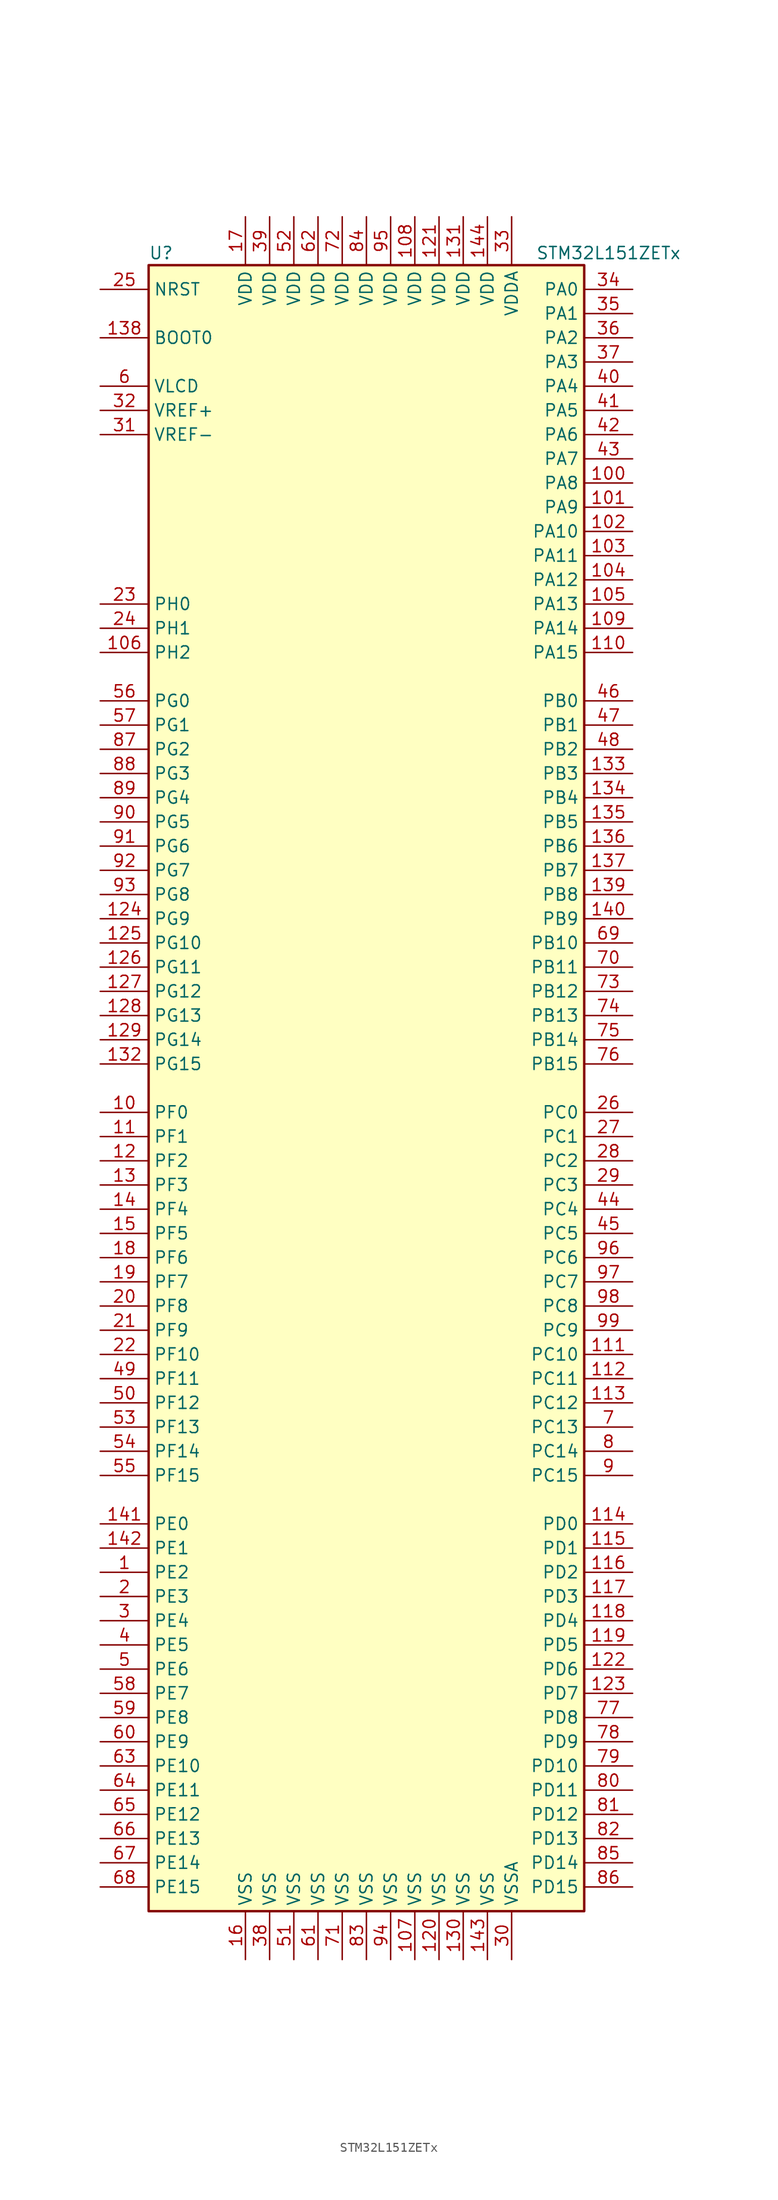
<source format=kicad_sym>
(kicad_symbol_lib
  (version 20201005)
  (generator kicad_symbol_editor)
  (symbol "STM32L151ZETx"
    (property "Reference" "U"
      (at -22.86 87.63 0)
      (effects (font (size 1.27 1.27)) (justify left)))
    (property "Value" "STM32L151ZETx"
      (at 17.78 87.63 0)
      (effects (font (size 1.27 1.27)) (justify left)))
    (symbol "STM32L151ZETx_0_1"
      (rectangle (start -22.86 -86.36) (end 22.86 86.36) (stroke (width 0.254)) (fill (type background))))
    (symbol "STM32L151ZETx_1_1"
      (pin input line (at -27.94 78.74 0) (length 5.08) (name "BOOT0" (effects (font (size 1.27 1.27)))) (number "138" (effects (font (size 1.27 1.27)))))
      (pin input line (at -27.94 83.82 0) (length 5.08) (name "NRST" (effects (font (size 1.27 1.27)))) (number "25" (effects (font (size 1.27 1.27)))))
      (pin bidirectional line (at 27.94 83.82 180) (length 5.08) (name "PA0" (effects (font (size 1.27 1.27)))) (number "34" (effects (font (size 1.27 1.27)))))
      (pin bidirectional line (at 27.94 81.28 180) (length 5.08) (name "PA1" (effects (font (size 1.27 1.27)))) (number "35" (effects (font (size 1.27 1.27)))))
      (pin bidirectional line (at 27.94 58.42 180) (length 5.08) (name "PA10" (effects (font (size 1.27 1.27)))) (number "102" (effects (font (size 1.27 1.27)))))
      (pin bidirectional line (at 27.94 55.88 180) (length 5.08) (name "PA11" (effects (font (size 1.27 1.27)))) (number "103" (effects (font (size 1.27 1.27)))))
      (pin bidirectional line (at 27.94 53.34 180) (length 5.08) (name "PA12" (effects (font (size 1.27 1.27)))) (number "104" (effects (font (size 1.27 1.27)))))
      (pin bidirectional line (at 27.94 50.8 180) (length 5.08) (name "PA13" (effects (font (size 1.27 1.27)))) (number "105" (effects (font (size 1.27 1.27)))))
      (pin bidirectional line (at 27.94 48.26 180) (length 5.08) (name "PA14" (effects (font (size 1.27 1.27)))) (number "109" (effects (font (size 1.27 1.27)))))
      (pin bidirectional line (at 27.94 45.72 180) (length 5.08) (name "PA15" (effects (font (size 1.27 1.27)))) (number "110" (effects (font (size 1.27 1.27)))))
      (pin bidirectional line (at 27.94 78.74 180) (length 5.08) (name "PA2" (effects (font (size 1.27 1.27)))) (number "36" (effects (font (size 1.27 1.27)))))
      (pin bidirectional line (at 27.94 76.2 180) (length 5.08) (name "PA3" (effects (font (size 1.27 1.27)))) (number "37" (effects (font (size 1.27 1.27)))))
      (pin bidirectional line (at 27.94 73.66 180) (length 5.08) (name "PA4" (effects (font (size 1.27 1.27)))) (number "40" (effects (font (size 1.27 1.27)))))
      (pin bidirectional line (at 27.94 71.12 180) (length 5.08) (name "PA5" (effects (font (size 1.27 1.27)))) (number "41" (effects (font (size 1.27 1.27)))))
      (pin bidirectional line (at 27.94 68.58 180) (length 5.08) (name "PA6" (effects (font (size 1.27 1.27)))) (number "42" (effects (font (size 1.27 1.27)))))
      (pin bidirectional line (at 27.94 66.04 180) (length 5.08) (name "PA7" (effects (font (size 1.27 1.27)))) (number "43" (effects (font (size 1.27 1.27)))))
      (pin bidirectional line (at 27.94 63.5 180) (length 5.08) (name "PA8" (effects (font (size 1.27 1.27)))) (number "100" (effects (font (size 1.27 1.27)))))
      (pin bidirectional line (at 27.94 60.96 180) (length 5.08) (name "PA9" (effects (font (size 1.27 1.27)))) (number "101" (effects (font (size 1.27 1.27)))))
      (pin bidirectional line (at 27.94 40.64 180) (length 5.08) (name "PB0" (effects (font (size 1.27 1.27)))) (number "46" (effects (font (size 1.27 1.27)))))
      (pin bidirectional line (at 27.94 38.1 180) (length 5.08) (name "PB1" (effects (font (size 1.27 1.27)))) (number "47" (effects (font (size 1.27 1.27)))))
      (pin bidirectional line (at 27.94 15.24 180) (length 5.08) (name "PB10" (effects (font (size 1.27 1.27)))) (number "69" (effects (font (size 1.27 1.27)))))
      (pin bidirectional line (at 27.94 12.7 180) (length 5.08) (name "PB11" (effects (font (size 1.27 1.27)))) (number "70" (effects (font (size 1.27 1.27)))))
      (pin bidirectional line (at 27.94 10.16 180) (length 5.08) (name "PB12" (effects (font (size 1.27 1.27)))) (number "73" (effects (font (size 1.27 1.27)))))
      (pin bidirectional line (at 27.94 7.62 180) (length 5.08) (name "PB13" (effects (font (size 1.27 1.27)))) (number "74" (effects (font (size 1.27 1.27)))))
      (pin bidirectional line (at 27.94 5.08 180) (length 5.08) (name "PB14" (effects (font (size 1.27 1.27)))) (number "75" (effects (font (size 1.27 1.27)))))
      (pin bidirectional line (at 27.94 2.54 180) (length 5.08) (name "PB15" (effects (font (size 1.27 1.27)))) (number "76" (effects (font (size 1.27 1.27)))))
      (pin bidirectional line (at 27.94 35.56 180) (length 5.08) (name "PB2" (effects (font (size 1.27 1.27)))) (number "48" (effects (font (size 1.27 1.27)))))
      (pin bidirectional line (at 27.94 33.02 180) (length 5.08) (name "PB3" (effects (font (size 1.27 1.27)))) (number "133" (effects (font (size 1.27 1.27)))))
      (pin bidirectional line (at 27.94 30.48 180) (length 5.08) (name "PB4" (effects (font (size 1.27 1.27)))) (number "134" (effects (font (size 1.27 1.27)))))
      (pin bidirectional line (at 27.94 27.94 180) (length 5.08) (name "PB5" (effects (font (size 1.27 1.27)))) (number "135" (effects (font (size 1.27 1.27)))))
      (pin bidirectional line (at 27.94 25.4 180) (length 5.08) (name "PB6" (effects (font (size 1.27 1.27)))) (number "136" (effects (font (size 1.27 1.27)))))
      (pin bidirectional line (at 27.94 22.86 180) (length 5.08) (name "PB7" (effects (font (size 1.27 1.27)))) (number "137" (effects (font (size 1.27 1.27)))))
      (pin bidirectional line (at 27.94 20.32 180) (length 5.08) (name "PB8" (effects (font (size 1.27 1.27)))) (number "139" (effects (font (size 1.27 1.27)))))
      (pin bidirectional line (at 27.94 17.78 180) (length 5.08) (name "PB9" (effects (font (size 1.27 1.27)))) (number "140" (effects (font (size 1.27 1.27)))))
      (pin bidirectional line (at 27.94 -2.54 180) (length 5.08) (name "PC0" (effects (font (size 1.27 1.27)))) (number "26" (effects (font (size 1.27 1.27)))))
      (pin bidirectional line (at 27.94 -5.08 180) (length 5.08) (name "PC1" (effects (font (size 1.27 1.27)))) (number "27" (effects (font (size 1.27 1.27)))))
      (pin bidirectional line (at 27.94 -27.94 180) (length 5.08) (name "PC10" (effects (font (size 1.27 1.27)))) (number "111" (effects (font (size 1.27 1.27)))))
      (pin bidirectional line (at 27.94 -30.48 180) (length 5.08) (name "PC11" (effects (font (size 1.27 1.27)))) (number "112" (effects (font (size 1.27 1.27)))))
      (pin bidirectional line (at 27.94 -33.02 180) (length 5.08) (name "PC12" (effects (font (size 1.27 1.27)))) (number "113" (effects (font (size 1.27 1.27)))))
      (pin bidirectional line (at 27.94 -35.56 180) (length 5.08) (name "PC13" (effects (font (size 1.27 1.27)))) (number "7" (effects (font (size 1.27 1.27)))))
      (pin bidirectional line (at 27.94 -38.1 180) (length 5.08) (name "PC14" (effects (font (size 1.27 1.27)))) (number "8" (effects (font (size 1.27 1.27)))))
      (pin bidirectional line (at 27.94 -40.64 180) (length 5.08) (name "PC15" (effects (font (size 1.27 1.27)))) (number "9" (effects (font (size 1.27 1.27)))))
      (pin bidirectional line (at 27.94 -7.62 180) (length 5.08) (name "PC2" (effects (font (size 1.27 1.27)))) (number "28" (effects (font (size 1.27 1.27)))))
      (pin bidirectional line (at 27.94 -10.16 180) (length 5.08) (name "PC3" (effects (font (size 1.27 1.27)))) (number "29" (effects (font (size 1.27 1.27)))))
      (pin bidirectional line (at 27.94 -12.7 180) (length 5.08) (name "PC4" (effects (font (size 1.27 1.27)))) (number "44" (effects (font (size 1.27 1.27)))))
      (pin bidirectional line (at 27.94 -15.24 180) (length 5.08) (name "PC5" (effects (font (size 1.27 1.27)))) (number "45" (effects (font (size 1.27 1.27)))))
      (pin bidirectional line (at 27.94 -17.78 180) (length 5.08) (name "PC6" (effects (font (size 1.27 1.27)))) (number "96" (effects (font (size 1.27 1.27)))))
      (pin bidirectional line (at 27.94 -20.32 180) (length 5.08) (name "PC7" (effects (font (size 1.27 1.27)))) (number "97" (effects (font (size 1.27 1.27)))))
      (pin bidirectional line (at 27.94 -22.86 180) (length 5.08) (name "PC8" (effects (font (size 1.27 1.27)))) (number "98" (effects (font (size 1.27 1.27)))))
      (pin bidirectional line (at 27.94 -25.4 180) (length 5.08) (name "PC9" (effects (font (size 1.27 1.27)))) (number "99" (effects (font (size 1.27 1.27)))))
      (pin bidirectional line (at 27.94 -45.72 180) (length 5.08) (name "PD0" (effects (font (size 1.27 1.27)))) (number "114" (effects (font (size 1.27 1.27)))))
      (pin bidirectional line (at 27.94 -48.26 180) (length 5.08) (name "PD1" (effects (font (size 1.27 1.27)))) (number "115" (effects (font (size 1.27 1.27)))))
      (pin bidirectional line (at 27.94 -71.12 180) (length 5.08) (name "PD10" (effects (font (size 1.27 1.27)))) (number "79" (effects (font (size 1.27 1.27)))))
      (pin bidirectional line (at 27.94 -73.66 180) (length 5.08) (name "PD11" (effects (font (size 1.27 1.27)))) (number "80" (effects (font (size 1.27 1.27)))))
      (pin bidirectional line (at 27.94 -76.2 180) (length 5.08) (name "PD12" (effects (font (size 1.27 1.27)))) (number "81" (effects (font (size 1.27 1.27)))))
      (pin bidirectional line (at 27.94 -78.74 180) (length 5.08) (name "PD13" (effects (font (size 1.27 1.27)))) (number "82" (effects (font (size 1.27 1.27)))))
      (pin bidirectional line (at 27.94 -81.28 180) (length 5.08) (name "PD14" (effects (font (size 1.27 1.27)))) (number "85" (effects (font (size 1.27 1.27)))))
      (pin bidirectional line (at 27.94 -83.82 180) (length 5.08) (name "PD15" (effects (font (size 1.27 1.27)))) (number "86" (effects (font (size 1.27 1.27)))))
      (pin bidirectional line (at 27.94 -50.8 180) (length 5.08) (name "PD2" (effects (font (size 1.27 1.27)))) (number "116" (effects (font (size 1.27 1.27)))))
      (pin bidirectional line (at 27.94 -53.34 180) (length 5.08) (name "PD3" (effects (font (size 1.27 1.27)))) (number "117" (effects (font (size 1.27 1.27)))))
      (pin bidirectional line (at 27.94 -55.88 180) (length 5.08) (name "PD4" (effects (font (size 1.27 1.27)))) (number "118" (effects (font (size 1.27 1.27)))))
      (pin bidirectional line (at 27.94 -58.42 180) (length 5.08) (name "PD5" (effects (font (size 1.27 1.27)))) (number "119" (effects (font (size 1.27 1.27)))))
      (pin bidirectional line (at 27.94 -60.96 180) (length 5.08) (name "PD6" (effects (font (size 1.27 1.27)))) (number "122" (effects (font (size 1.27 1.27)))))
      (pin bidirectional line (at 27.94 -63.5 180) (length 5.08) (name "PD7" (effects (font (size 1.27 1.27)))) (number "123" (effects (font (size 1.27 1.27)))))
      (pin bidirectional line (at 27.94 -66.04 180) (length 5.08) (name "PD8" (effects (font (size 1.27 1.27)))) (number "77" (effects (font (size 1.27 1.27)))))
      (pin bidirectional line (at 27.94 -68.58 180) (length 5.08) (name "PD9" (effects (font (size 1.27 1.27)))) (number "78" (effects (font (size 1.27 1.27)))))
      (pin bidirectional line (at -27.94 -45.72 0) (length 5.08) (name "PE0" (effects (font (size 1.27 1.27)))) (number "141" (effects (font (size 1.27 1.27)))))
      (pin bidirectional line (at -27.94 -48.26 0) (length 5.08) (name "PE1" (effects (font (size 1.27 1.27)))) (number "142" (effects (font (size 1.27 1.27)))))
      (pin bidirectional line (at -27.94 -71.12 0) (length 5.08) (name "PE10" (effects (font (size 1.27 1.27)))) (number "63" (effects (font (size 1.27 1.27)))))
      (pin bidirectional line (at -27.94 -73.66 0) (length 5.08) (name "PE11" (effects (font (size 1.27 1.27)))) (number "64" (effects (font (size 1.27 1.27)))))
      (pin bidirectional line (at -27.94 -76.2 0) (length 5.08) (name "PE12" (effects (font (size 1.27 1.27)))) (number "65" (effects (font (size 1.27 1.27)))))
      (pin bidirectional line (at -27.94 -78.74 0) (length 5.08) (name "PE13" (effects (font (size 1.27 1.27)))) (number "66" (effects (font (size 1.27 1.27)))))
      (pin bidirectional line (at -27.94 -81.28 0) (length 5.08) (name "PE14" (effects (font (size 1.27 1.27)))) (number "67" (effects (font (size 1.27 1.27)))))
      (pin bidirectional line (at -27.94 -83.82 0) (length 5.08) (name "PE15" (effects (font (size 1.27 1.27)))) (number "68" (effects (font (size 1.27 1.27)))))
      (pin bidirectional line (at -27.94 -50.8 0) (length 5.08) (name "PE2" (effects (font (size 1.27 1.27)))) (number "1" (effects (font (size 1.27 1.27)))))
      (pin bidirectional line (at -27.94 -53.34 0) (length 5.08) (name "PE3" (effects (font (size 1.27 1.27)))) (number "2" (effects (font (size 1.27 1.27)))))
      (pin bidirectional line (at -27.94 -55.88 0) (length 5.08) (name "PE4" (effects (font (size 1.27 1.27)))) (number "3" (effects (font (size 1.27 1.27)))))
      (pin bidirectional line (at -27.94 -58.42 0) (length 5.08) (name "PE5" (effects (font (size 1.27 1.27)))) (number "4" (effects (font (size 1.27 1.27)))))
      (pin bidirectional line (at -27.94 -60.96 0) (length 5.08) (name "PE6" (effects (font (size 1.27 1.27)))) (number "5" (effects (font (size 1.27 1.27)))))
      (pin bidirectional line (at -27.94 -63.5 0) (length 5.08) (name "PE7" (effects (font (size 1.27 1.27)))) (number "58" (effects (font (size 1.27 1.27)))))
      (pin bidirectional line (at -27.94 -66.04 0) (length 5.08) (name "PE8" (effects (font (size 1.27 1.27)))) (number "59" (effects (font (size 1.27 1.27)))))
      (pin bidirectional line (at -27.94 -68.58 0) (length 5.08) (name "PE9" (effects (font (size 1.27 1.27)))) (number "60" (effects (font (size 1.27 1.27)))))
      (pin bidirectional line (at -27.94 -2.54 0) (length 5.08) (name "PF0" (effects (font (size 1.27 1.27)))) (number "10" (effects (font (size 1.27 1.27)))))
      (pin bidirectional line (at -27.94 -5.08 0) (length 5.08) (name "PF1" (effects (font (size 1.27 1.27)))) (number "11" (effects (font (size 1.27 1.27)))))
      (pin bidirectional line (at -27.94 -27.94 0) (length 5.08) (name "PF10" (effects (font (size 1.27 1.27)))) (number "22" (effects (font (size 1.27 1.27)))))
      (pin bidirectional line (at -27.94 -30.48 0) (length 5.08) (name "PF11" (effects (font (size 1.27 1.27)))) (number "49" (effects (font (size 1.27 1.27)))))
      (pin bidirectional line (at -27.94 -33.02 0) (length 5.08) (name "PF12" (effects (font (size 1.27 1.27)))) (number "50" (effects (font (size 1.27 1.27)))))
      (pin bidirectional line (at -27.94 -35.56 0) (length 5.08) (name "PF13" (effects (font (size 1.27 1.27)))) (number "53" (effects (font (size 1.27 1.27)))))
      (pin bidirectional line (at -27.94 -38.1 0) (length 5.08) (name "PF14" (effects (font (size 1.27 1.27)))) (number "54" (effects (font (size 1.27 1.27)))))
      (pin bidirectional line (at -27.94 -40.64 0) (length 5.08) (name "PF15" (effects (font (size 1.27 1.27)))) (number "55" (effects (font (size 1.27 1.27)))))
      (pin bidirectional line (at -27.94 -7.62 0) (length 5.08) (name "PF2" (effects (font (size 1.27 1.27)))) (number "12" (effects (font (size 1.27 1.27)))))
      (pin bidirectional line (at -27.94 -10.16 0) (length 5.08) (name "PF3" (effects (font (size 1.27 1.27)))) (number "13" (effects (font (size 1.27 1.27)))))
      (pin bidirectional line (at -27.94 -12.7 0) (length 5.08) (name "PF4" (effects (font (size 1.27 1.27)))) (number "14" (effects (font (size 1.27 1.27)))))
      (pin bidirectional line (at -27.94 -15.24 0) (length 5.08) (name "PF5" (effects (font (size 1.27 1.27)))) (number "15" (effects (font (size 1.27 1.27)))))
      (pin bidirectional line (at -27.94 -17.78 0) (length 5.08) (name "PF6" (effects (font (size 1.27 1.27)))) (number "18" (effects (font (size 1.27 1.27)))))
      (pin bidirectional line (at -27.94 -20.32 0) (length 5.08) (name "PF7" (effects (font (size 1.27 1.27)))) (number "19" (effects (font (size 1.27 1.27)))))
      (pin bidirectional line (at -27.94 -22.86 0) (length 5.08) (name "PF8" (effects (font (size 1.27 1.27)))) (number "20" (effects (font (size 1.27 1.27)))))
      (pin bidirectional line (at -27.94 -25.4 0) (length 5.08) (name "PF9" (effects (font (size 1.27 1.27)))) (number "21" (effects (font (size 1.27 1.27)))))
      (pin bidirectional line (at -27.94 40.64 0) (length 5.08) (name "PG0" (effects (font (size 1.27 1.27)))) (number "56" (effects (font (size 1.27 1.27)))))
      (pin bidirectional line (at -27.94 38.1 0) (length 5.08) (name "PG1" (effects (font (size 1.27 1.27)))) (number "57" (effects (font (size 1.27 1.27)))))
      (pin bidirectional line (at -27.94 15.24 0) (length 5.08) (name "PG10" (effects (font (size 1.27 1.27)))) (number "125" (effects (font (size 1.27 1.27)))))
      (pin bidirectional line (at -27.94 12.7 0) (length 5.08) (name "PG11" (effects (font (size 1.27 1.27)))) (number "126" (effects (font (size 1.27 1.27)))))
      (pin bidirectional line (at -27.94 10.16 0) (length 5.08) (name "PG12" (effects (font (size 1.27 1.27)))) (number "127" (effects (font (size 1.27 1.27)))))
      (pin bidirectional line (at -27.94 7.62 0) (length 5.08) (name "PG13" (effects (font (size 1.27 1.27)))) (number "128" (effects (font (size 1.27 1.27)))))
      (pin bidirectional line (at -27.94 5.08 0) (length 5.08) (name "PG14" (effects (font (size 1.27 1.27)))) (number "129" (effects (font (size 1.27 1.27)))))
      (pin bidirectional line (at -27.94 2.54 0) (length 5.08) (name "PG15" (effects (font (size 1.27 1.27)))) (number "132" (effects (font (size 1.27 1.27)))))
      (pin bidirectional line (at -27.94 35.56 0) (length 5.08) (name "PG2" (effects (font (size 1.27 1.27)))) (number "87" (effects (font (size 1.27 1.27)))))
      (pin bidirectional line (at -27.94 33.02 0) (length 5.08) (name "PG3" (effects (font (size 1.27 1.27)))) (number "88" (effects (font (size 1.27 1.27)))))
      (pin bidirectional line (at -27.94 30.48 0) (length 5.08) (name "PG4" (effects (font (size 1.27 1.27)))) (number "89" (effects (font (size 1.27 1.27)))))
      (pin bidirectional line (at -27.94 27.94 0) (length 5.08) (name "PG5" (effects (font (size 1.27 1.27)))) (number "90" (effects (font (size 1.27 1.27)))))
      (pin bidirectional line (at -27.94 25.4 0) (length 5.08) (name "PG6" (effects (font (size 1.27 1.27)))) (number "91" (effects (font (size 1.27 1.27)))))
      (pin bidirectional line (at -27.94 22.86 0) (length 5.08) (name "PG7" (effects (font (size 1.27 1.27)))) (number "92" (effects (font (size 1.27 1.27)))))
      (pin bidirectional line (at -27.94 20.32 0) (length 5.08) (name "PG8" (effects (font (size 1.27 1.27)))) (number "93" (effects (font (size 1.27 1.27)))))
      (pin bidirectional line (at -27.94 17.78 0) (length 5.08) (name "PG9" (effects (font (size 1.27 1.27)))) (number "124" (effects (font (size 1.27 1.27)))))
      (pin input line (at -27.94 50.8 0) (length 5.08) (name "PH0" (effects (font (size 1.27 1.27)))) (number "23" (effects (font (size 1.27 1.27)))))
      (pin input line (at -27.94 48.26 0) (length 5.08) (name "PH1" (effects (font (size 1.27 1.27)))) (number "24" (effects (font (size 1.27 1.27)))))
      (pin bidirectional line (at -27.94 45.72 0) (length 5.08) (name "PH2" (effects (font (size 1.27 1.27)))) (number "106" (effects (font (size 1.27 1.27)))))
      (pin power_in line (at 5.08 91.44 270) (length 5.08) (name "VDD" (effects (font (size 1.27 1.27)))) (number "108" (effects (font (size 1.27 1.27)))))
      (pin power_in line (at 7.62 91.44 270) (length 5.08) (name "VDD" (effects (font (size 1.27 1.27)))) (number "121" (effects (font (size 1.27 1.27)))))
      (pin power_in line (at 10.16 91.44 270) (length 5.08) (name "VDD" (effects (font (size 1.27 1.27)))) (number "131" (effects (font (size 1.27 1.27)))))
      (pin power_in line (at 12.7 91.44 270) (length 5.08) (name "VDD" (effects (font (size 1.27 1.27)))) (number "144" (effects (font (size 1.27 1.27)))))
      (pin power_in line (at -12.7 91.44 270) (length 5.08) (name "VDD" (effects (font (size 1.27 1.27)))) (number "17" (effects (font (size 1.27 1.27)))))
      (pin power_in line (at -10.16 91.44 270) (length 5.08) (name "VDD" (effects (font (size 1.27 1.27)))) (number "39" (effects (font (size 1.27 1.27)))))
      (pin power_in line (at -7.62 91.44 270) (length 5.08) (name "VDD" (effects (font (size 1.27 1.27)))) (number "52" (effects (font (size 1.27 1.27)))))
      (pin power_in line (at -5.08 91.44 270) (length 5.08) (name "VDD" (effects (font (size 1.27 1.27)))) (number "62" (effects (font (size 1.27 1.27)))))
      (pin power_in line (at -2.54 91.44 270) (length 5.08) (name "VDD" (effects (font (size 1.27 1.27)))) (number "72" (effects (font (size 1.27 1.27)))))
      (pin power_in line (at 0 91.44 270) (length 5.08) (name "VDD" (effects (font (size 1.27 1.27)))) (number "84" (effects (font (size 1.27 1.27)))))
      (pin power_in line (at 2.54 91.44 270) (length 5.08) (name "VDD" (effects (font (size 1.27 1.27)))) (number "95" (effects (font (size 1.27 1.27)))))
      (pin power_in line (at 15.24 91.44 270) (length 5.08) (name "VDDA" (effects (font (size 1.27 1.27)))) (number "33" (effects (font (size 1.27 1.27)))))
      (pin power_in line (at -27.94 73.66 0) (length 5.08) (name "VLCD" (effects (font (size 1.27 1.27)))) (number "6" (effects (font (size 1.27 1.27)))))
      (pin power_in line (at -27.94 71.12 0) (length 5.08) (name "VREF+" (effects (font (size 1.27 1.27)))) (number "32" (effects (font (size 1.27 1.27)))))
      (pin power_in line (at -27.94 68.58 0) (length 5.08) (name "VREF-" (effects (font (size 1.27 1.27)))) (number "31" (effects (font (size 1.27 1.27)))))
      (pin power_in line (at 5.08 -91.44 90) (length 5.08) (name "VSS" (effects (font (size 1.27 1.27)))) (number "107" (effects (font (size 1.27 1.27)))))
      (pin power_in line (at 7.62 -91.44 90) (length 5.08) (name "VSS" (effects (font (size 1.27 1.27)))) (number "120" (effects (font (size 1.27 1.27)))))
      (pin power_in line (at 10.16 -91.44 90) (length 5.08) (name "VSS" (effects (font (size 1.27 1.27)))) (number "130" (effects (font (size 1.27 1.27)))))
      (pin power_in line (at 12.7 -91.44 90) (length 5.08) (name "VSS" (effects (font (size 1.27 1.27)))) (number "143" (effects (font (size 1.27 1.27)))))
      (pin power_in line (at -12.7 -91.44 90) (length 5.08) (name "VSS" (effects (font (size 1.27 1.27)))) (number "16" (effects (font (size 1.27 1.27)))))
      (pin power_in line (at -10.16 -91.44 90) (length 5.08) (name "VSS" (effects (font (size 1.27 1.27)))) (number "38" (effects (font (size 1.27 1.27)))))
      (pin power_in line (at -7.62 -91.44 90) (length 5.08) (name "VSS" (effects (font (size 1.27 1.27)))) (number "51" (effects (font (size 1.27 1.27)))))
      (pin power_in line (at -5.08 -91.44 90) (length 5.08) (name "VSS" (effects (font (size 1.27 1.27)))) (number "61" (effects (font (size 1.27 1.27)))))
      (pin power_in line (at -2.54 -91.44 90) (length 5.08) (name "VSS" (effects (font (size 1.27 1.27)))) (number "71" (effects (font (size 1.27 1.27)))))
      (pin power_in line (at 0 -91.44 90) (length 5.08) (name "VSS" (effects (font (size 1.27 1.27)))) (number "83" (effects (font (size 1.27 1.27)))))
      (pin power_in line (at 2.54 -91.44 90) (length 5.08) (name "VSS" (effects (font (size 1.27 1.27)))) (number "94" (effects (font (size 1.27 1.27)))))
      (pin power_in line (at 15.24 -91.44 90) (length 5.08) (name "VSSA" (effects (font (size 1.27 1.27)))) (number "30" (effects (font (size 1.27 1.27))))))))
</source>
